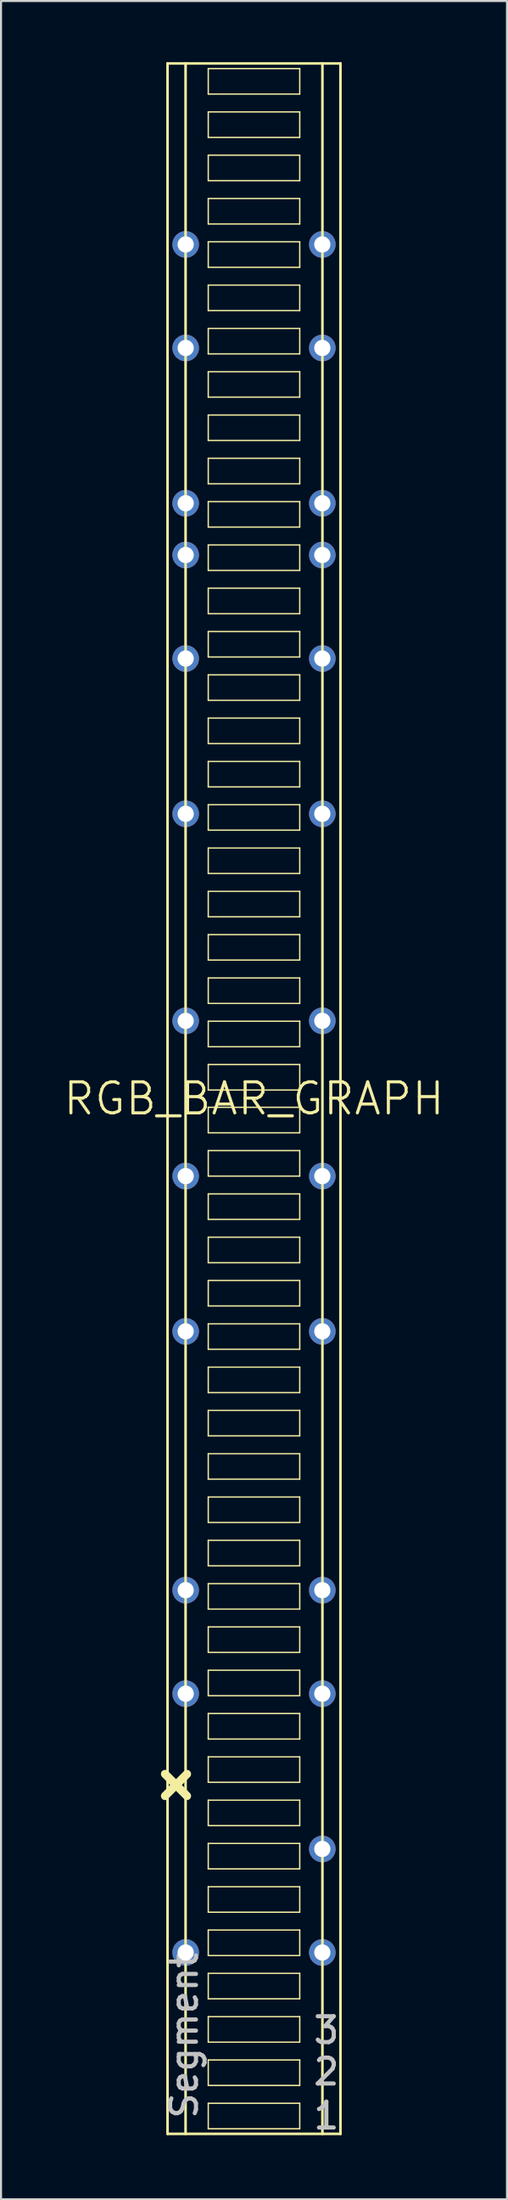
<source format=kicad_pcb>
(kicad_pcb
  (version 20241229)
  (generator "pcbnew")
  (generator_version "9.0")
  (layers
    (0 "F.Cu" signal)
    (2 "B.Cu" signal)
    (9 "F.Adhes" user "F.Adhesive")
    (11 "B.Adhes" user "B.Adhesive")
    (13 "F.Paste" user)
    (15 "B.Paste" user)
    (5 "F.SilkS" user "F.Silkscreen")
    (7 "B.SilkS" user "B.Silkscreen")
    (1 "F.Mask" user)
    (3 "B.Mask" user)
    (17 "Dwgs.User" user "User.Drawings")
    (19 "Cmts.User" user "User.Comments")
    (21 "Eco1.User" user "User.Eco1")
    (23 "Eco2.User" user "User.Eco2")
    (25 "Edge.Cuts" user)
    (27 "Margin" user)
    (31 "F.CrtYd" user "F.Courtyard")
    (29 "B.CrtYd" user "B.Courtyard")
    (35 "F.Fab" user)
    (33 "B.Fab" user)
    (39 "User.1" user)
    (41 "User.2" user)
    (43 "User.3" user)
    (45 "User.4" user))
  (footprint "RGB_BAR_GRAPH"
    (layer "F.Cu")
    (at 9.434 50.864)
    (property "Reference" "RGB_BAR_GRAPH" (at 0 0 0) (layer "F.SilkS") (effects (font (size 1.524 1.524) (thickness 0.15))))
    (attr exclude_from_pos_files exclude_from_bom)
    (fp_line (start -4.249 -50.8) (end 4.249 -50.8) (stroke (width 0.127) (type solid)) (layer "F.SilkS"))
    (fp_line (start -4.249 50.8) (end -4.249 -50.8) (stroke (width 0.127) (type solid)) (layer "F.SilkS"))
    (fp_line (start -3.363 -50.8) (end -3.363 50.8) (stroke (width 0.127) (type solid)) (layer "F.SilkS"))
    (fp_line (start -2.248 -50.549) (end 2.248 -50.549) (stroke (width 0.066) (type solid)) (layer "F.SilkS"))
    (fp_line (start -2.248 -49.299) (end -2.248 -50.549) (stroke (width 0.066) (type solid)) (layer "F.SilkS"))
    (fp_line (start -2.248 -49.299) (end 2.248 -49.299) (stroke (width 0.066) (type solid)) (layer "F.SilkS"))
    (fp_line (start -2.248 -48.423) (end 2.248 -48.423) (stroke (width 0.066) (type solid)) (layer "F.SilkS"))
    (fp_line (start -2.248 -47.173) (end -2.248 -48.423) (stroke (width 0.066) (type solid)) (layer "F.SilkS"))
    (fp_line (start -2.248 -47.173) (end 2.248 -47.173) (stroke (width 0.066) (type solid)) (layer "F.SilkS"))
    (fp_line (start -2.248 -46.299) (end 2.248 -46.299) (stroke (width 0.066) (type solid)) (layer "F.SilkS"))
    (fp_line (start -2.248 -45.049) (end -2.248 -46.299) (stroke (width 0.066) (type solid)) (layer "F.SilkS"))
    (fp_line (start -2.248 -45.049) (end 2.248 -45.049) (stroke (width 0.066) (type solid)) (layer "F.SilkS"))
    (fp_line (start -2.248 -44.173) (end 2.248 -44.173) (stroke (width 0.066) (type solid)) (layer "F.SilkS"))
    (fp_line (start -2.248 -42.923) (end -2.248 -44.173) (stroke (width 0.066) (type solid)) (layer "F.SilkS"))
    (fp_line (start -2.248 -42.923) (end 2.248 -42.923) (stroke (width 0.066) (type solid)) (layer "F.SilkS"))
    (fp_line (start -2.248 -42.05) (end 2.248 -42.05) (stroke (width 0.066) (type solid)) (layer "F.SilkS"))
    (fp_line (start -2.248 -40.797) (end -2.248 -42.05) (stroke (width 0.066) (type solid)) (layer "F.SilkS"))
    (fp_line (start -2.248 -40.797) (end 2.248 -40.797) (stroke (width 0.066) (type solid)) (layer "F.SilkS"))
    (fp_line (start -2.248 -39.924) (end 2.248 -39.924) (stroke (width 0.066) (type solid)) (layer "F.SilkS"))
    (fp_line (start -2.248 -38.674) (end -2.248 -39.924) (stroke (width 0.066) (type solid)) (layer "F.SilkS"))
    (fp_line (start -2.248 -38.674) (end 2.248 -38.674) (stroke (width 0.066) (type solid)) (layer "F.SilkS"))
    (fp_line (start -2.248 -37.798) (end 2.248 -37.798) (stroke (width 0.066) (type solid)) (layer "F.SilkS"))
    (fp_line (start -2.248 -36.548) (end -2.248 -37.798) (stroke (width 0.066) (type solid)) (layer "F.SilkS"))
    (fp_line (start -2.248 -36.548) (end 2.248 -36.548) (stroke (width 0.066) (type solid)) (layer "F.SilkS"))
    (fp_line (start -2.248 -35.674) (end 2.248 -35.674) (stroke (width 0.066) (type solid)) (layer "F.SilkS"))
    (fp_line (start -2.248 -34.425) (end -2.248 -35.674) (stroke (width 0.066) (type solid)) (layer "F.SilkS"))
    (fp_line (start -2.248 -34.425) (end 2.248 -34.425) (stroke (width 0.066) (type solid)) (layer "F.SilkS"))
    (fp_line (start -2.248 -33.548) (end 2.248 -33.548) (stroke (width 0.066) (type solid)) (layer "F.SilkS"))
    (fp_line (start -2.248 -32.299) (end -2.248 -33.548) (stroke (width 0.066) (type solid)) (layer "F.SilkS"))
    (fp_line (start -2.248 -32.299) (end 2.248 -32.299) (stroke (width 0.066) (type solid)) (layer "F.SilkS"))
    (fp_line (start -2.248 -31.425) (end 2.248 -31.425) (stroke (width 0.066) (type solid)) (layer "F.SilkS"))
    (fp_line (start -2.248 -30.173) (end -2.248 -31.425) (stroke (width 0.066) (type solid)) (layer "F.SilkS"))
    (fp_line (start -2.248 -30.173) (end 2.248 -30.173) (stroke (width 0.066) (type solid)) (layer "F.SilkS"))
    (fp_line (start -2.248 -29.299) (end 2.248 -29.299) (stroke (width 0.066) (type solid)) (layer "F.SilkS"))
    (fp_line (start -2.248 -28.049) (end -2.248 -29.299) (stroke (width 0.066) (type solid)) (layer "F.SilkS"))
    (fp_line (start -2.248 -28.049) (end 2.248 -28.049) (stroke (width 0.066) (type solid)) (layer "F.SilkS"))
    (fp_line (start -2.248 -27.173) (end 2.248 -27.173) (stroke (width 0.066) (type solid)) (layer "F.SilkS"))
    (fp_line (start -2.248 -25.923) (end -2.248 -27.173) (stroke (width 0.066) (type solid)) (layer "F.SilkS"))
    (fp_line (start -2.248 -25.923) (end 2.248 -25.923) (stroke (width 0.066) (type solid)) (layer "F.SilkS"))
    (fp_line (start -2.248 -25.049) (end 2.248 -25.049) (stroke (width 0.066) (type solid)) (layer "F.SilkS"))
    (fp_line (start -2.248 -23.8) (end -2.248 -25.049) (stroke (width 0.066) (type solid)) (layer "F.SilkS"))
    (fp_line (start -2.248 -23.8) (end 2.248 -23.8) (stroke (width 0.066) (type solid)) (layer "F.SilkS"))
    (fp_line (start -2.248 -22.924) (end 2.248 -22.924) (stroke (width 0.066) (type solid)) (layer "F.SilkS"))
    (fp_line (start -2.248 -21.674) (end -2.248 -22.924) (stroke (width 0.066) (type solid)) (layer "F.SilkS"))
    (fp_line (start -2.248 -21.674) (end 2.248 -21.674) (stroke (width 0.066) (type solid)) (layer "F.SilkS"))
    (fp_line (start -2.248 -20.798) (end 2.248 -20.798) (stroke (width 0.066) (type solid)) (layer "F.SilkS"))
    (fp_line (start -2.248 -19.548) (end -2.248 -20.798) (stroke (width 0.066) (type solid)) (layer "F.SilkS"))
    (fp_line (start -2.248 -19.548) (end 2.248 -19.548) (stroke (width 0.066) (type solid)) (layer "F.SilkS"))
    (fp_line (start -2.248 -18.674) (end 2.248 -18.674) (stroke (width 0.066) (type solid)) (layer "F.SilkS"))
    (fp_line (start -2.248 -17.424) (end -2.248 -18.674) (stroke (width 0.066) (type solid)) (layer "F.SilkS"))
    (fp_line (start -2.248 -17.424) (end 2.248 -17.424) (stroke (width 0.066) (type solid)) (layer "F.SilkS"))
    (fp_line (start -2.248 -16.548) (end 2.248 -16.548) (stroke (width 0.066) (type solid)) (layer "F.SilkS"))
    (fp_line (start -2.248 -15.298) (end -2.248 -16.548) (stroke (width 0.066) (type solid)) (layer "F.SilkS"))
    (fp_line (start -2.248 -15.298) (end 2.248 -15.298) (stroke (width 0.066) (type solid)) (layer "F.SilkS"))
    (fp_line (start -2.248 -14.425) (end 2.248 -14.425) (stroke (width 0.066) (type solid)) (layer "F.SilkS"))
    (fp_line (start -2.248 -13.175) (end -2.248 -14.425) (stroke (width 0.066) (type solid)) (layer "F.SilkS"))
    (fp_line (start -2.248 -13.175) (end 2.248 -13.175) (stroke (width 0.066) (type solid)) (layer "F.SilkS"))
    (fp_line (start -2.248 -12.299) (end 2.248 -12.299) (stroke (width 0.066) (type solid)) (layer "F.SilkS"))
    (fp_line (start -2.248 -11.049) (end -2.248 -12.299) (stroke (width 0.066) (type solid)) (layer "F.SilkS"))
    (fp_line (start -2.248 -11.049) (end 2.248 -11.049) (stroke (width 0.066) (type solid)) (layer "F.SilkS"))
    (fp_line (start -2.248 -10.173) (end 2.248 -10.173) (stroke (width 0.066) (type solid)) (layer "F.SilkS"))
    (fp_line (start -2.248 -8.923) (end -2.248 -10.173) (stroke (width 0.066) (type solid)) (layer "F.SilkS"))
    (fp_line (start -2.248 -8.923) (end 2.248 -8.923) (stroke (width 0.066) (type solid)) (layer "F.SilkS"))
    (fp_line (start -2.248 -8.049) (end 2.248 -8.049) (stroke (width 0.066) (type solid)) (layer "F.SilkS"))
    (fp_line (start -2.248 -6.8) (end -2.248 -8.049) (stroke (width 0.066) (type solid)) (layer "F.SilkS"))
    (fp_line (start -2.248 -6.8) (end 2.248 -6.8) (stroke (width 0.066) (type solid)) (layer "F.SilkS"))
    (fp_line (start -2.248 -5.923) (end 2.248 -5.923) (stroke (width 0.066) (type solid)) (layer "F.SilkS"))
    (fp_line (start -2.248 -4.674) (end -2.248 -5.923) (stroke (width 0.066) (type solid)) (layer "F.SilkS"))
    (fp_line (start -2.248 -4.674) (end 2.248 -4.674) (stroke (width 0.066) (type solid)) (layer "F.SilkS"))
    (fp_line (start -2.248 -3.8) (end 2.248 -3.8) (stroke (width 0.066) (type solid)) (layer "F.SilkS"))
    (fp_line (start -2.248 -2.548) (end -2.248 -3.8) (stroke (width 0.066) (type solid)) (layer "F.SilkS"))
    (fp_line (start -2.248 -2.548) (end 2.248 -2.548) (stroke (width 0.066) (type solid)) (layer "F.SilkS"))
    (fp_line (start -2.248 -1.674) (end 2.248 -1.674) (stroke (width 0.066) (type solid)) (layer "F.SilkS"))
    (fp_line (start -2.248 -0.424) (end -2.248 -1.674) (stroke (width 0.066) (type solid)) (layer "F.SilkS"))
    (fp_line (start -2.248 -0.424) (end 2.248 -0.424) (stroke (width 0.066) (type solid)) (layer "F.SilkS"))
    (fp_line (start -2.248 0.424) (end 2.248 0.424) (stroke (width 0.066) (type solid)) (layer "F.SilkS"))
    (fp_line (start -2.248 1.674) (end -2.248 0.424) (stroke (width 0.066) (type solid)) (layer "F.SilkS"))
    (fp_line (start -2.248 1.674) (end 2.248 1.674) (stroke (width 0.066) (type solid)) (layer "F.SilkS"))
    (fp_line (start -2.248 2.548) (end 2.248 2.548) (stroke (width 0.066) (type solid)) (layer "F.SilkS"))
    (fp_line (start -2.248 3.8) (end -2.248 2.548) (stroke (width 0.066) (type solid)) (layer "F.SilkS"))
    (fp_line (start -2.248 3.8) (end 2.248 3.8) (stroke (width 0.066) (type solid)) (layer "F.SilkS"))
    (fp_line (start -2.248 4.674) (end 2.248 4.674) (stroke (width 0.066) (type solid)) (layer "F.SilkS"))
    (fp_line (start -2.248 5.923) (end -2.248 4.674) (stroke (width 0.066) (type solid)) (layer "F.SilkS"))
    (fp_line (start -2.248 5.923) (end 2.248 5.923) (stroke (width 0.066) (type solid)) (layer "F.SilkS"))
    (fp_line (start -2.248 6.8) (end 2.248 6.8) (stroke (width 0.066) (type solid)) (layer "F.SilkS"))
    (fp_line (start -2.248 8.049) (end -2.248 6.8) (stroke (width 0.066) (type solid)) (layer "F.SilkS"))
    (fp_line (start -2.248 8.049) (end 2.248 8.049) (stroke (width 0.066) (type solid)) (layer "F.SilkS"))
    (fp_line (start -2.248 8.923) (end 2.248 8.923) (stroke (width 0.066) (type solid)) (layer "F.SilkS"))
    (fp_line (start -2.248 10.173) (end -2.248 8.923) (stroke (width 0.066) (type solid)) (layer "F.SilkS"))
    (fp_line (start -2.248 10.173) (end 2.248 10.173) (stroke (width 0.066) (type solid)) (layer "F.SilkS"))
    (fp_line (start -2.248 11.049) (end 2.248 11.049) (stroke (width 0.066) (type solid)) (layer "F.SilkS"))
    (fp_line (start -2.248 12.299) (end -2.248 11.049) (stroke (width 0.066) (type solid)) (layer "F.SilkS"))
    (fp_line (start -2.248 12.299) (end 2.248 12.299) (stroke (width 0.066) (type solid)) (layer "F.SilkS"))
    (fp_line (start -2.248 13.175) (end 2.248 13.175) (stroke (width 0.066) (type solid)) (layer "F.SilkS"))
    (fp_line (start -2.248 14.425) (end -2.248 13.175) (stroke (width 0.066) (type solid)) (layer "F.SilkS"))
    (fp_line (start -2.248 14.425) (end 2.248 14.425) (stroke (width 0.066) (type solid)) (layer "F.SilkS"))
    (fp_line (start -2.248 15.298) (end 2.248 15.298) (stroke (width 0.066) (type solid)) (layer "F.SilkS"))
    (fp_line (start -2.248 16.548) (end -2.248 15.298) (stroke (width 0.066) (type solid)) (layer "F.SilkS"))
    (fp_line (start -2.248 16.548) (end 2.248 16.548) (stroke (width 0.066) (type solid)) (layer "F.SilkS"))
    (fp_line (start -2.248 17.424) (end 2.248 17.424) (stroke (width 0.066) (type solid)) (layer "F.SilkS"))
    (fp_line (start -2.248 18.674) (end -2.248 17.424) (stroke (width 0.066) (type solid)) (layer "F.SilkS"))
    (fp_line (start -2.248 18.674) (end 2.248 18.674) (stroke (width 0.066) (type solid)) (layer "F.SilkS"))
    (fp_line (start -2.248 19.548) (end 2.248 19.548) (stroke (width 0.066) (type solid)) (layer "F.SilkS"))
    (fp_line (start -2.248 20.798) (end -2.248 19.548) (stroke (width 0.066) (type solid)) (layer "F.SilkS"))
    (fp_line (start -2.248 20.798) (end 2.248 20.798) (stroke (width 0.066) (type solid)) (layer "F.SilkS"))
    (fp_line (start -2.248 21.674) (end 2.248 21.674) (stroke (width 0.066) (type solid)) (layer "F.SilkS"))
    (fp_line (start -2.248 22.924) (end -2.248 21.674) (stroke (width 0.066) (type solid)) (layer "F.SilkS"))
    (fp_line (start -2.248 22.924) (end 2.248 22.924) (stroke (width 0.066) (type solid)) (layer "F.SilkS"))
    (fp_line (start -2.248 23.8) (end 2.248 23.8) (stroke (width 0.066) (type solid)) (layer "F.SilkS"))
    (fp_line (start -2.248 25.049) (end -2.248 23.8) (stroke (width 0.066) (type solid)) (layer "F.SilkS"))
    (fp_line (start -2.248 25.049) (end 2.248 25.049) (stroke (width 0.066) (type solid)) (layer "F.SilkS"))
    (fp_line (start -2.248 25.923) (end 2.248 25.923) (stroke (width 0.066) (type solid)) (layer "F.SilkS"))
    (fp_line (start -2.248 27.173) (end -2.248 25.923) (stroke (width 0.066) (type solid)) (layer "F.SilkS"))
    (fp_line (start -2.248 27.173) (end 2.248 27.173) (stroke (width 0.066) (type solid)) (layer "F.SilkS"))
    (fp_line (start -2.248 28.049) (end 2.248 28.049) (stroke (width 0.066) (type solid)) (layer "F.SilkS"))
    (fp_line (start -2.248 29.299) (end -2.248 28.049) (stroke (width 0.066) (type solid)) (layer "F.SilkS"))
    (fp_line (start -2.248 29.299) (end 2.248 29.299) (stroke (width 0.066) (type solid)) (layer "F.SilkS"))
    (fp_line (start -2.248 30.173) (end 2.248 30.173) (stroke (width 0.066) (type solid)) (layer "F.SilkS"))
    (fp_line (start -2.248 31.425) (end -2.248 30.173) (stroke (width 0.066) (type solid)) (layer "F.SilkS"))
    (fp_line (start -2.248 31.425) (end 2.248 31.425) (stroke (width 0.066) (type solid)) (layer "F.SilkS"))
    (fp_line (start -2.248 32.299) (end 2.248 32.299) (stroke (width 0.066) (type solid)) (layer "F.SilkS"))
    (fp_line (start -2.248 33.548) (end -2.248 32.299) (stroke (width 0.066) (type solid)) (layer "F.SilkS"))
    (fp_line (start -2.248 33.548) (end 2.248 33.548) (stroke (width 0.066) (type solid)) (layer "F.SilkS"))
    (fp_line (start -2.248 34.425) (end 2.248 34.425) (stroke (width 0.066) (type solid)) (layer "F.SilkS"))
    (fp_line (start -2.248 35.674) (end -2.248 34.425) (stroke (width 0.066) (type solid)) (layer "F.SilkS"))
    (fp_line (start -2.248 35.674) (end 2.248 35.674) (stroke (width 0.066) (type solid)) (layer "F.SilkS"))
    (fp_line (start -2.248 36.548) (end 2.248 36.548) (stroke (width 0.066) (type solid)) (layer "F.SilkS"))
    (fp_line (start -2.248 37.798) (end -2.248 36.548) (stroke (width 0.066) (type solid)) (layer "F.SilkS"))
    (fp_line (start -2.248 37.798) (end 2.248 37.798) (stroke (width 0.066) (type solid)) (layer "F.SilkS"))
    (fp_line (start -2.248 38.674) (end 2.248 38.674) (stroke (width 0.066) (type solid)) (layer "F.SilkS"))
    (fp_line (start -2.248 39.924) (end -2.248 38.674) (stroke (width 0.066) (type solid)) (layer "F.SilkS"))
    (fp_line (start -2.248 39.924) (end 2.248 39.924) (stroke (width 0.066) (type solid)) (layer "F.SilkS"))
    (fp_line (start -2.248 40.797) (end 2.248 40.797) (stroke (width 0.066) (type solid)) (layer "F.SilkS"))
    (fp_line (start -2.248 42.05) (end -2.248 40.797) (stroke (width 0.066) (type solid)) (layer "F.SilkS"))
    (fp_line (start -2.248 42.05) (end 2.248 42.05) (stroke (width 0.066) (type solid)) (layer "F.SilkS"))
    (fp_line (start -2.248 42.923) (end 2.248 42.923) (stroke (width 0.066) (type solid)) (layer "F.SilkS"))
    (fp_line (start -2.248 44.173) (end -2.248 42.923) (stroke (width 0.066) (type solid)) (layer "F.SilkS"))
    (fp_line (start -2.248 44.173) (end 2.248 44.173) (stroke (width 0.066) (type solid)) (layer "F.SilkS"))
    (fp_line (start -2.248 45.049) (end 2.248 45.049) (stroke (width 0.066) (type solid)) (layer "F.SilkS"))
    (fp_line (start -2.248 46.299) (end -2.248 45.049) (stroke (width 0.066) (type solid)) (layer "F.SilkS"))
    (fp_line (start -2.248 46.299) (end 2.248 46.299) (stroke (width 0.066) (type solid)) (layer "F.SilkS"))
    (fp_line (start -2.248 47.173) (end 2.248 47.173) (stroke (width 0.066) (type solid)) (layer "F.SilkS"))
    (fp_line (start -2.248 48.423) (end -2.248 47.173) (stroke (width 0.066) (type solid)) (layer "F.SilkS"))
    (fp_line (start -2.248 48.423) (end 2.248 48.423) (stroke (width 0.066) (type solid)) (layer "F.SilkS"))
    (fp_line (start -2.248 49.299) (end 2.248 49.299) (stroke (width 0.066) (type solid)) (layer "F.SilkS"))
    (fp_line (start -2.248 50.549) (end -2.248 49.299) (stroke (width 0.066) (type solid)) (layer "F.SilkS"))
    (fp_line (start -2.248 50.549) (end 2.248 50.549) (stroke (width 0.066) (type solid)) (layer "F.SilkS"))
    (fp_line (start 2.248 -49.299) (end 2.248 -50.549) (stroke (width 0.066) (type solid)) (layer "F.SilkS"))
    (fp_line (start 2.248 -47.173) (end 2.248 -48.423) (stroke (width 0.066) (type solid)) (layer "F.SilkS"))
    (fp_line (start 2.248 -45.049) (end 2.248 -46.299) (stroke (width 0.066) (type solid)) (layer "F.SilkS"))
    (fp_line (start 2.248 -42.923) (end 2.248 -44.173) (stroke (width 0.066) (type solid)) (layer "F.SilkS"))
    (fp_line (start 2.248 -40.797) (end 2.248 -42.05) (stroke (width 0.066) (type solid)) (layer "F.SilkS"))
    (fp_line (start 2.248 -38.674) (end 2.248 -39.924) (stroke (width 0.066) (type solid)) (layer "F.SilkS"))
    (fp_line (start 2.248 -36.548) (end 2.248 -37.798) (stroke (width 0.066) (type solid)) (layer "F.SilkS"))
    (fp_line (start 2.248 -34.425) (end 2.248 -35.674) (stroke (width 0.066) (type solid)) (layer "F.SilkS"))
    (fp_line (start 2.248 -32.299) (end 2.248 -33.548) (stroke (width 0.066) (type solid)) (layer "F.SilkS"))
    (fp_line (start 2.248 -30.173) (end 2.248 -31.425) (stroke (width 0.066) (type solid)) (layer "F.SilkS"))
    (fp_line (start 2.248 -28.049) (end 2.248 -29.299) (stroke (width 0.066) (type solid)) (layer "F.SilkS"))
    (fp_line (start 2.248 -25.923) (end 2.248 -27.173) (stroke (width 0.066) (type solid)) (layer "F.SilkS"))
    (fp_line (start 2.248 -23.8) (end 2.248 -25.049) (stroke (width 0.066) (type solid)) (layer "F.SilkS"))
    (fp_line (start 2.248 -21.674) (end 2.248 -22.924) (stroke (width 0.066) (type solid)) (layer "F.SilkS"))
    (fp_line (start 2.248 -19.548) (end 2.248 -20.798) (stroke (width 0.066) (type solid)) (layer "F.SilkS"))
    (fp_line (start 2.248 -17.424) (end 2.248 -18.674) (stroke (width 0.066) (type solid)) (layer "F.SilkS"))
    (fp_line (start 2.248 -15.298) (end 2.248 -16.548) (stroke (width 0.066) (type solid)) (layer "F.SilkS"))
    (fp_line (start 2.248 -13.175) (end 2.248 -14.425) (stroke (width 0.066) (type solid)) (layer "F.SilkS"))
    (fp_line (start 2.248 -11.049) (end 2.248 -12.299) (stroke (width 0.066) (type solid)) (layer "F.SilkS"))
    (fp_line (start 2.248 -8.923) (end 2.248 -10.173) (stroke (width 0.066) (type solid)) (layer "F.SilkS"))
    (fp_line (start 2.248 -6.8) (end 2.248 -8.049) (stroke (width 0.066) (type solid)) (layer "F.SilkS"))
    (fp_line (start 2.248 -4.674) (end 2.248 -5.923) (stroke (width 0.066) (type solid)) (layer "F.SilkS"))
    (fp_line (start 2.248 -2.548) (end 2.248 -3.8) (stroke (width 0.066) (type solid)) (layer "F.SilkS"))
    (fp_line (start 2.248 -0.424) (end 2.248 -1.674) (stroke (width 0.066) (type solid)) (layer "F.SilkS"))
    (fp_line (start 2.248 1.674) (end 2.248 0.424) (stroke (width 0.066) (type solid)) (layer "F.SilkS"))
    (fp_line (start 2.248 3.8) (end 2.248 2.548) (stroke (width 0.066) (type solid)) (layer "F.SilkS"))
    (fp_line (start 2.248 5.923) (end 2.248 4.674) (stroke (width 0.066) (type solid)) (layer "F.SilkS"))
    (fp_line (start 2.248 8.049) (end 2.248 6.8) (stroke (width 0.066) (type solid)) (layer "F.SilkS"))
    (fp_line (start 2.248 10.173) (end 2.248 8.923) (stroke (width 0.066) (type solid)) (layer "F.SilkS"))
    (fp_line (start 2.248 12.299) (end 2.248 11.049) (stroke (width 0.066) (type solid)) (layer "F.SilkS"))
    (fp_line (start 2.248 14.425) (end 2.248 13.175) (stroke (width 0.066) (type solid)) (layer "F.SilkS"))
    (fp_line (start 2.248 16.548) (end 2.248 15.298) (stroke (width 0.066) (type solid)) (layer "F.SilkS"))
    (fp_line (start 2.248 18.674) (end 2.248 17.424) (stroke (width 0.066) (type solid)) (layer "F.SilkS"))
    (fp_line (start 2.248 20.798) (end 2.248 19.548) (stroke (width 0.066) (type solid)) (layer "F.SilkS"))
    (fp_line (start 2.248 22.924) (end 2.248 21.674) (stroke (width 0.066) (type solid)) (layer "F.SilkS"))
    (fp_line (start 2.248 25.049) (end 2.248 23.8) (stroke (width 0.066) (type solid)) (layer "F.SilkS"))
    (fp_line (start 2.248 27.173) (end 2.248 25.923) (stroke (width 0.066) (type solid)) (layer "F.SilkS"))
    (fp_line (start 2.248 29.299) (end 2.248 28.049) (stroke (width 0.066) (type solid)) (layer "F.SilkS"))
    (fp_line (start 2.248 31.425) (end 2.248 30.173) (stroke (width 0.066) (type solid)) (layer "F.SilkS"))
    (fp_line (start 2.248 33.548) (end 2.248 32.299) (stroke (width 0.066) (type solid)) (layer "F.SilkS"))
    (fp_line (start 2.248 35.674) (end 2.248 34.425) (stroke (width 0.066) (type solid)) (layer "F.SilkS"))
    (fp_line (start 2.248 37.798) (end 2.248 36.548) (stroke (width 0.066) (type solid)) (layer "F.SilkS"))
    (fp_line (start 2.248 39.924) (end 2.248 38.674) (stroke (width 0.066) (type solid)) (layer "F.SilkS"))
    (fp_line (start 2.248 42.05) (end 2.248 40.797) (stroke (width 0.066) (type solid)) (layer "F.SilkS"))
    (fp_line (start 2.248 44.173) (end 2.248 42.923) (stroke (width 0.066) (type solid)) (layer "F.SilkS"))
    (fp_line (start 2.248 46.299) (end 2.248 45.049) (stroke (width 0.066) (type solid)) (layer "F.SilkS"))
    (fp_line (start 2.248 48.423) (end 2.248 47.173) (stroke (width 0.066) (type solid)) (layer "F.SilkS"))
    (fp_line (start 2.248 50.549) (end 2.248 49.299) (stroke (width 0.066) (type solid)) (layer "F.SilkS"))
    (fp_line (start 3.363 50.8) (end 3.363 -50.8) (stroke (width 0.127) (type solid)) (layer "F.SilkS"))
    (fp_line (start 4.249 -50.8) (end 4.249 50.8) (stroke (width 0.127) (type solid)) (layer "F.SilkS"))
    (fp_line (start 4.249 50.8) (end -4.249 50.8) (stroke (width 0.127) (type solid)) (layer "F.SilkS"))
    (fp_text user "+" (at -3.934 33.579 45) (layer "F.SilkS") (effects (font (size 1.999 1.999) (thickness 0.406))))
    (fp_text user "2" (at 3.556 47.752 0) (layer "Dwgs.User") (effects (font (size 1.27 1.27) (thickness 0.203))))
    (fp_text user "3" (at 3.556 45.72 0) (layer "Dwgs.User") (effects (font (size 1.27 1.27) (thickness 0.203))))
    (fp_text user "1" (at 3.556 49.911 0) (layer "Dwgs.User") (effects (font (size 1.27 1.27) (thickness 0.203))))
    (fp_text user "Segment" (at -3.429 45.974 90) (layer "Dwgs.User") (effects (font (size 1.27 1.27) (thickness 0.203))))
    (pad "1" thru_hole circle (at 3.358 41.9) (size 1.306 1.306) (drill 0.798) (layers "*.Cu" "*.Paste" "*.Mask"))
    (pad "2" thru_hole circle (at 3.358 36.82) (size 1.306 1.306) (drill 0.798) (layers "*.Cu" "*.Paste" "*.Mask"))
    (pad "3" thru_hole circle (at 3.358 29.2) (size 1.306 1.306) (drill 0.798) (layers "*.Cu" "*.Paste" "*.Mask"))
    (pad "4" thru_hole circle (at 3.358 24.12) (size 1.306 1.306) (drill 0.798) (layers "*.Cu" "*.Paste" "*.Mask"))
    (pad "5" thru_hole circle (at 3.358 11.42) (size 1.306 1.306) (drill 0.798) (layers "*.Cu" "*.Paste" "*.Mask"))
    (pad "6" thru_hole circle (at 3.358 3.8) (size 1.306 1.306) (drill 0.798) (layers "*.Cu" "*.Paste" "*.Mask"))
    (pad "7" thru_hole circle (at 3.358 -3.818) (size 1.306 1.306) (drill 0.798) (layers "*.Cu" "*.Paste" "*.Mask"))
    (pad "8" thru_hole circle (at 3.358 -13.978) (size 1.306 1.306) (drill 0.798) (layers "*.Cu" "*.Paste" "*.Mask"))
    (pad "9" thru_hole circle (at 3.358 -21.598) (size 1.306 1.306) (drill 0.798) (layers "*.Cu" "*.Paste" "*.Mask"))
    (pad "10" thru_hole circle (at 3.358 -26.678) (size 1.306 1.306) (drill 0.798) (layers "*.Cu" "*.Paste" "*.Mask"))
    (pad "11" thru_hole circle (at 3.358 -29.218) (size 1.306 1.306) (drill 0.798) (layers "*.Cu" "*.Paste" "*.Mask"))
    (pad "12" thru_hole circle (at 3.358 -36.838) (size 1.306 1.306) (drill 0.798) (layers "*.Cu" "*.Paste" "*.Mask"))
    (pad "13" thru_hole circle (at 3.358 -41.918) (size 1.306 1.306) (drill 0.798) (layers "*.Cu" "*.Paste" "*.Mask"))
    (pad "14" thru_hole circle (at -3.358 -41.918) (size 1.306 1.306) (drill 0.798) (layers "*.Cu" "*.Paste" "*.Mask"))
    (pad "15" thru_hole circle (at -3.358 -36.838) (size 1.306 1.306) (drill 0.798) (layers "*.Cu" "*.Paste" "*.Mask"))
    (pad "16" thru_hole circle (at -3.358 -29.218) (size 1.306 1.306) (drill 0.798) (layers "*.Cu" "*.Paste" "*.Mask"))
    (pad "17" thru_hole circle (at -3.358 -26.678) (size 1.306 1.306) (drill 0.798) (layers "*.Cu" "*.Paste" "*.Mask"))
    (pad "18" thru_hole circle (at -3.358 -21.598) (size 1.306 1.306) (drill 0.798) (layers "*.Cu" "*.Paste" "*.Mask"))
    (pad "19" thru_hole circle (at -3.358 -13.978) (size 1.306 1.306) (drill 0.798) (layers "*.Cu" "*.Paste" "*.Mask"))
    (pad "20" thru_hole circle (at -3.358 -3.818) (size 1.306 1.306) (drill 0.798) (layers "*.Cu" "*.Paste" "*.Mask"))
    (pad "21" thru_hole circle (at -3.358 3.8) (size 1.306 1.306) (drill 0.798) (layers "*.Cu" "*.Paste" "*.Mask"))
    (pad "22" thru_hole circle (at -3.358 11.42) (size 1.306 1.306) (drill 0.798) (layers "*.Cu" "*.Paste" "*.Mask"))
    (pad "23" thru_hole circle (at -3.358 24.12) (size 1.306 1.306) (drill 0.798) (layers "*.Cu" "*.Paste" "*.Mask"))
    (pad "24" thru_hole circle (at -3.358 29.2) (size 1.306 1.306) (drill 0.798) (layers "*.Cu" "*.Paste" "*.Mask"))
    (pad "25" thru_hole circle (at -3.358 41.9) (size 1.306 1.306) (drill 0.798) (layers "*.Cu" "*.Paste" "*.Mask")))
  (gr_rect
    (start -3 -3)
    (end 21.869 104.874)
    (stroke (width 0.1) (type default))
    (fill no)
    (layer "Edge.Cuts")))
</source>
